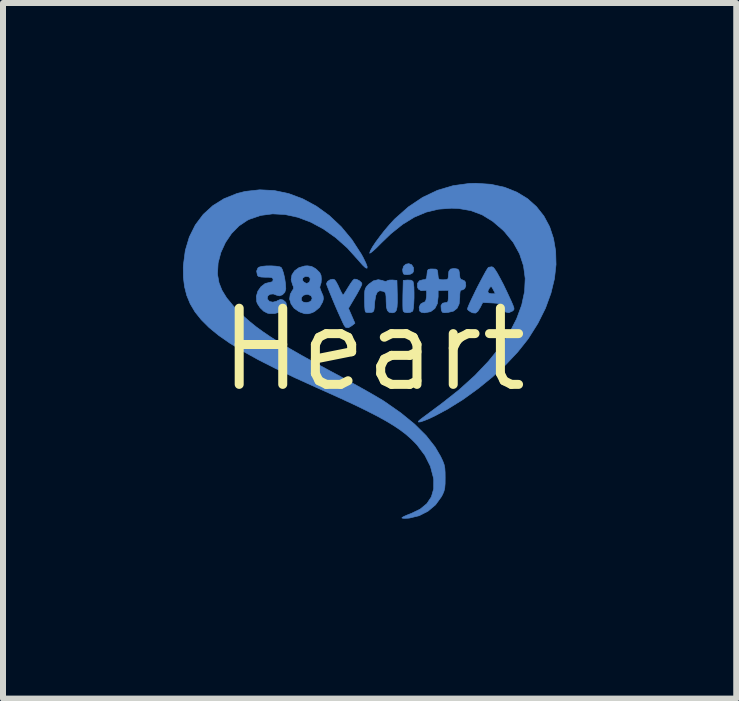
<source format=kicad_pcb>
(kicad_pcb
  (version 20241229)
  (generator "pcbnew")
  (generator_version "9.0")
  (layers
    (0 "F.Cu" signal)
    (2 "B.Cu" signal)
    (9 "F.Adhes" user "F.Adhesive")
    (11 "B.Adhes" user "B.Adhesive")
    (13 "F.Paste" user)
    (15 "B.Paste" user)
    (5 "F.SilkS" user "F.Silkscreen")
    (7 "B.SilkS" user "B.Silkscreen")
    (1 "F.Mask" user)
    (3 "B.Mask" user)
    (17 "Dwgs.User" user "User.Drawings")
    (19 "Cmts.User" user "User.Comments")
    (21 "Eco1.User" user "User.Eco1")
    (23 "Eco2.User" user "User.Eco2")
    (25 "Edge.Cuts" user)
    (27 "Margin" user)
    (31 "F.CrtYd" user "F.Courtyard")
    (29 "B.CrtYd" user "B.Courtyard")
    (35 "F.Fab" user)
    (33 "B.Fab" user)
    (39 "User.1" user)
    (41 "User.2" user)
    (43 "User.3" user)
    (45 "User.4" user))
  (footprint "Heart"
    (layer "F.Cu")
    (at 3.175 2.778)
    (property "Reference" "Heart" (at 0 0 0) (layer "F.SilkS") (effects (font (size 1.27 1.27) (thickness 0.15))))
    (attr through_hole)
    (fp_poly (pts (xy 0.637 -1.415) (xy 0.667 -1.369) (xy 0.669 -1.364) (xy 0.669 -1.31) (xy 0.656 -1.28) (xy 0.618 -1.258) (xy 0.564 -1.249) (xy 0.516 -1.254) (xy 0.501 -1.263) (xy 0.491 -1.293) (xy 0.487 -1.336) (xy 0.503 -1.391) (xy 0.541 -1.424) (xy 0.59 -1.433) (xy 0.637 -1.415)) (stroke (width 0.01) (type solid)) (fill yes) (layer "B.Cu"))
    (fp_poly (pts (xy 0.628 -1.157) (xy 0.659 -1.139) (xy 0.668 -1.103) (xy 0.675 -1.037) (xy 0.677 -0.952) (xy 0.677 -0.86) (xy 0.673 -0.772) (xy 0.667 -0.698) (xy 0.658 -0.65) (xy 0.652 -0.639) (xy 0.612 -0.62) (xy 0.56 -0.615) (xy 0.515 -0.624) (xy 0.496 -0.642) (xy 0.492 -0.673) (xy 0.49 -0.737) (xy 0.49 -0.824) (xy 0.491 -0.911) (xy 0.497 -1.154) (xy 0.569 -1.16) (xy 0.628 -1.157)) (stroke (width 0.01) (type solid)) (fill yes) (layer "B.Cu"))
    (fp_poly (pts (xy -0.281 -1.172) (xy -0.235 -1.149) (xy -0.2 -1.117) (xy -0.191 -1.095) (xy -0.201 -1.067) (xy -0.229 -1.011) (xy -0.269 -0.937) (xy -0.303 -0.879) (xy -0.416 -0.688) (xy -0.362 -0.564) (xy -0.308 -0.44) (xy -0.358 -0.4) (xy -0.416 -0.365) (xy -0.46 -0.369) (xy -0.484 -0.397) (xy -0.511 -0.451) (xy -0.547 -0.53) (xy -0.59 -0.625) (xy -0.635 -0.728) (xy -0.679 -0.833) (xy -0.719 -0.93) (xy -0.752 -1.012) (xy -0.775 -1.071) (xy -0.783 -1.1) (xy -0.783 -1.1) (xy -0.765 -1.136) (xy -0.723 -1.164) (xy -0.675 -1.174) (xy -0.646 -1.164) (xy -0.623 -1.133) (xy -0.592 -1.077) (xy -0.569 -1.026) (xy -0.54 -0.965) (xy -0.517 -0.923) (xy -0.507 -0.911) (xy -0.491 -0.927) (xy -0.462 -0.972) (xy -0.424 -1.034) (xy -0.422 -1.037) (xy -0.381 -1.102) (xy -0.345 -1.152) (xy -0.32 -1.175) (xy -0.281 -1.172)) (stroke (width 0.01) (type solid)) (fill yes) (layer "B.Cu"))
    (fp_poly (pts (xy 0.155 -1.152) (xy 0.169 -1.144) (xy 0.211 -1.137) (xy 0.225 -1.146) (xy 0.263 -1.159) (xy 0.319 -1.161) (xy 0.321 -1.16) (xy 0.392 -1.154) (xy 0.398 -0.913) (xy 0.399 -0.794) (xy 0.394 -0.71) (xy 0.383 -0.657) (xy 0.361 -0.627) (xy 0.329 -0.615) (xy 0.309 -0.614) (xy 0.261 -0.623) (xy 0.232 -0.653) (xy 0.216 -0.712) (xy 0.212 -0.807) (xy 0.212 -0.809) (xy 0.21 -0.887) (xy 0.204 -0.933) (xy 0.19 -0.958) (xy 0.165 -0.972) (xy 0.164 -0.972) (xy 0.107 -0.982) (xy 0.066 -0.96) (xy 0.039 -0.902) (xy 0.023 -0.806) (xy 0.021 -0.781) (xy 0.015 -0.701) (xy 0.008 -0.654) (xy -0.006 -0.63) (xy -0.029 -0.621) (xy -0.054 -0.618) (xy -0.104 -0.618) (xy -0.133 -0.627) (xy -0.14 -0.654) (xy -0.145 -0.712) (xy -0.148 -0.792) (xy -0.148 -0.831) (xy -0.148 -0.922) (xy -0.144 -0.981) (xy -0.133 -1.021) (xy -0.113 -1.053) (xy -0.08 -1.088) (xy -0.076 -1.092) (xy -0.001 -1.146) (xy 0.08 -1.166) (xy 0.155 -1.152)) (stroke (width 0.01) (type solid)) (fill yes) (layer "B.Cu"))
    (fp_poly (pts (xy 1.995 -1.373) (xy 2.02 -1.345) (xy 2.06 -1.284) (xy 2.109 -1.195) (xy 2.167 -1.085) (xy 2.228 -0.958) (xy 2.291 -0.821) (xy 2.298 -0.807) (xy 2.328 -0.736) (xy 2.343 -0.693) (xy 2.342 -0.668) (xy 2.328 -0.651) (xy 2.318 -0.643) (xy 2.256 -0.615) (xy 2.202 -0.627) (xy 2.155 -0.682) (xy 2.148 -0.693) (xy 2.124 -0.736) (xy 2.099 -0.76) (xy 2.062 -0.772) (xy 2 -0.777) (xy 1.964 -0.779) (xy 1.822 -0.785) (xy 1.78 -0.702) (xy 1.74 -0.637) (xy 1.702 -0.609) (xy 1.655 -0.613) (xy 1.624 -0.627) (xy 1.583 -0.654) (xy 1.566 -0.675) (xy 1.566 -0.675) (xy 1.576 -0.707) (xy 1.601 -0.767) (xy 1.639 -0.849) (xy 1.685 -0.944) (xy 1.7 -0.975) (xy 1.907 -0.975) (xy 1.917 -0.943) (xy 1.964 -0.931) (xy 1.969 -0.931) (xy 2.033 -0.931) (xy 1.998 -0.999) (xy 1.974 -1.042) (xy 1.957 -1.051) (xy 1.938 -1.031) (xy 1.934 -1.027) (xy 1.907 -0.975) (xy 1.7 -0.975) (xy 1.735 -1.046) (xy 1.787 -1.145) (xy 1.835 -1.235) (xy 1.875 -1.308) (xy 1.905 -1.356) (xy 1.918 -1.372) (xy 1.973 -1.381) (xy 1.995 -1.373)) (stroke (width 0.01) (type solid)) (fill yes) (layer "B.Cu"))
    (fp_poly (pts (xy -1.624 -1.391) (xy -1.563 -1.381) (xy -1.539 -1.371) (xy -1.519 -1.336) (xy -1.498 -1.272) (xy -1.479 -1.189) (xy -1.466 -1.099) (xy -1.461 -1.015) (xy -1.461 -1.011) (xy -1.477 -0.955) (xy -1.517 -0.914) (xy -1.567 -0.896) (xy -1.61 -0.906) (xy -1.669 -0.928) (xy -1.722 -0.923) (xy -1.759 -0.898) (xy -1.77 -0.856) (xy -1.765 -0.839) (xy -1.732 -0.802) (xy -1.677 -0.791) (xy -1.616 -0.806) (xy -1.601 -0.815) (xy -1.551 -0.837) (xy -1.508 -0.828) (xy -1.507 -0.828) (xy -1.46 -0.788) (xy -1.448 -0.742) (xy -1.467 -0.697) (xy -1.51 -0.655) (xy -1.571 -0.622) (xy -1.646 -0.602) (xy -1.728 -0.601) (xy -1.767 -0.608) (xy -1.829 -0.64) (xy -1.889 -0.698) (xy -1.934 -0.767) (xy -1.946 -0.8) (xy -1.952 -0.889) (xy -1.926 -0.975) (xy -1.874 -1.049) (xy -1.805 -1.102) (xy -1.724 -1.122) (xy -1.722 -1.122) (xy -1.682 -1.133) (xy -1.672 -1.164) (xy -1.677 -1.188) (xy -1.698 -1.201) (xy -1.744 -1.206) (xy -1.797 -1.206) (xy -1.873 -1.21) (xy -1.917 -1.221) (xy -1.934 -1.24) (xy -1.947 -1.309) (xy -1.926 -1.36) (xy -1.906 -1.375) (xy -1.859 -1.388) (xy -1.786 -1.395) (xy -1.703 -1.396) (xy -1.624 -1.391)) (stroke (width 0.01) (type solid)) (fill yes) (layer "B.Cu"))
    (fp_poly (pts (xy -1.031 -1.387) (xy -0.968 -1.352) (xy -0.943 -1.331) (xy -0.894 -1.282) (xy -0.873 -1.236) (xy -0.868 -1.177) (xy -0.872 -1.116) (xy -0.884 -1.074) (xy -0.889 -1.067) (xy -0.894 -1.033) (xy -0.871 -0.969) (xy -0.866 -0.958) (xy -0.839 -0.895) (xy -0.834 -0.847) (xy -0.845 -0.798) (xy -0.898 -0.704) (xy -0.981 -0.635) (xy -1.023 -0.615) (xy -1.086 -0.597) (xy -1.143 -0.598) (xy -1.21 -0.62) (xy -1.242 -0.634) (xy -1.321 -0.688) (xy -1.373 -0.76) (xy -1.397 -0.842) (xy -1.394 -0.868) (xy -1.201 -0.868) (xy -1.2 -0.818) (xy -1.2 -0.818) (xy -1.17 -0.792) (xy -1.12 -0.784) (xy -1.068 -0.794) (xy -1.036 -0.817) (xy -1.021 -0.859) (xy -1.04 -0.897) (xy -1.087 -0.919) (xy -1.111 -0.921) (xy -1.168 -0.906) (xy -1.201 -0.868) (xy -1.394 -0.868) (xy -1.387 -0.922) (xy -1.358 -0.975) (xy -1.332 -1.016) (xy -1.335 -1.053) (xy -1.347 -1.078) (xy -1.372 -1.164) (xy -1.367 -1.191) (xy -1.18 -1.191) (xy -1.179 -1.151) (xy -1.16 -1.126) (xy -1.115 -1.102) (xy -1.075 -1.119) (xy -1.06 -1.141) (xy -1.054 -1.184) (xy -1.079 -1.214) (xy -1.126 -1.221) (xy -1.142 -1.217) (xy -1.18 -1.191) (xy -1.367 -1.191) (xy -1.359 -1.245) (xy -1.314 -1.314) (xy -1.242 -1.366) (xy -1.147 -1.394) (xy -1.102 -1.397) (xy -1.031 -1.387)) (stroke (width 0.01) (type solid)) (fill yes) (layer "B.Cu"))
    (fp_poly (pts (xy 1.959 -2.756) (xy 2.187 -2.706) (xy 2.39 -2.625) (xy 2.568 -2.517) (xy 2.718 -2.383) (xy 2.842 -2.226) (xy 2.937 -2.049) (xy 3.002 -1.853) (xy 3.038 -1.642) (xy 3.044 -1.418) (xy 3.018 -1.183) (xy 2.959 -0.94) (xy 2.868 -0.69) (xy 2.742 -0.438) (xy 2.582 -0.184) (xy 2.567 -0.164) (xy 2.405 0.04) (xy 2.209 0.248) (xy 1.987 0.453) (xy 1.746 0.649) (xy 1.494 0.831) (xy 1.239 0.99) (xy 1.028 1.103) (xy 0.928 1.151) (xy 0.845 1.184) (xy 0.786 1.204) (xy 0.752 1.208) (xy 0.749 1.195) (xy 0.78 1.166) (xy 0.783 1.164) (xy 0.817 1.138) (xy 0.879 1.092) (xy 0.961 1.031) (xy 1.056 0.96) (xy 1.133 0.903) (xy 1.428 0.67) (xy 1.69 0.433) (xy 1.917 0.195) (xy 2.11 -0.043) (xy 2.267 -0.28) (xy 2.387 -0.514) (xy 2.472 -0.745) (xy 2.52 -0.969) (xy 2.53 -1.187) (xy 2.502 -1.397) (xy 2.436 -1.597) (xy 2.331 -1.787) (xy 2.187 -1.963) (xy 2.161 -1.99) (xy 1.989 -2.138) (xy 1.812 -2.247) (xy 1.625 -2.317) (xy 1.423 -2.352) (xy 1.302 -2.357) (xy 1.086 -2.341) (xy 0.881 -2.292) (xy 0.682 -2.208) (xy 0.486 -2.088) (xy 0.289 -1.93) (xy 0.122 -1.769) (xy 0.053 -1.699) (xy -0.005 -1.646) (xy -0.045 -1.614) (xy -0.063 -1.607) (xy -0.063 -1.609) (xy -0.05 -1.649) (xy -0.014 -1.714) (xy 0.041 -1.796) (xy 0.11 -1.889) (xy 0.186 -1.987) (xy 0.266 -2.081) (xy 0.344 -2.166) (xy 0.359 -2.181) (xy 0.584 -2.38) (xy 0.82 -2.538) (xy 1.068 -2.656) (xy 1.328 -2.733) (xy 1.598 -2.77) (xy 1.707 -2.773) (xy 1.959 -2.756)) (stroke (width 0.01) (type solid)) (fill yes) (layer "B.Cu"))
    (fp_poly (pts (xy 1.357 -1.351) (xy 1.402 -1.343) (xy 1.424 -1.324) (xy 1.433 -1.28) (xy 1.435 -1.254) (xy 1.443 -1.195) (xy 1.46 -1.169) (xy 1.481 -1.164) (xy 1.519 -1.146) (xy 1.535 -1.122) (xy 1.54 -1.063) (xy 1.521 -1.016) (xy 1.484 -0.995) (xy 1.48 -0.995) (xy 1.457 -0.99) (xy 1.445 -0.968) (xy 1.44 -0.92) (xy 1.439 -0.869) (xy 1.429 -0.762) (xy 1.394 -0.688) (xy 1.333 -0.641) (xy 1.244 -0.62) (xy 1.183 -0.615) (xy 1.152 -0.621) (xy 1.137 -0.644) (xy 1.131 -0.664) (xy 1.126 -0.733) (xy 1.151 -0.773) (xy 1.195 -0.783) (xy 1.227 -0.787) (xy 1.243 -0.804) (xy 1.248 -0.847) (xy 1.249 -0.886) (xy 1.249 -0.989) (xy 1.164 -0.987) (xy 1.079 -0.985) (xy 1.079 -0.883) (xy 1.066 -0.768) (xy 1.024 -0.685) (xy 0.954 -0.633) (xy 0.857 -0.614) (xy 0.845 -0.614) (xy 0.796 -0.623) (xy 0.77 -0.644) (xy 0.762 -0.707) (xy 0.785 -0.758) (xy 0.826 -0.783) (xy 0.858 -0.796) (xy 0.875 -0.824) (xy 0.884 -0.878) (xy 0.885 -0.898) (xy 0.887 -0.959) (xy 0.881 -0.986) (xy 0.864 -0.989) (xy 0.856 -0.987) (xy 0.796 -0.982) (xy 0.75 -1.009) (xy 0.734 -1.041) (xy 0.734 -1.105) (xy 0.768 -1.149) (xy 0.825 -1.164) (xy 0.864 -1.168) (xy 0.883 -1.187) (xy 0.891 -1.232) (xy 0.893 -1.254) (xy 0.899 -1.31) (xy 0.914 -1.336) (xy 0.95 -1.344) (xy 0.984 -1.344) (xy 1.037 -1.342) (xy 1.063 -1.328) (xy 1.072 -1.29) (xy 1.075 -1.254) (xy 1.081 -1.198) (xy 1.096 -1.172) (xy 1.132 -1.165) (xy 1.165 -1.164) (xy 1.219 -1.167) (xy 1.243 -1.181) (xy 1.249 -1.217) (xy 1.249 -1.233) (xy 1.257 -1.304) (xy 1.284 -1.342) (xy 1.336 -1.352) (xy 1.357 -1.351)) (stroke (width 0.01) (type solid)) (fill yes) (layer "B.Cu"))
    (fp_poly (pts (xy -1.653 -2.652) (xy -1.412 -2.601) (xy -1.177 -2.513) (xy -0.951 -2.391) (xy -0.737 -2.236) (xy -0.539 -2.05) (xy -0.36 -1.835) (xy -0.203 -1.593) (xy -0.172 -1.537) (xy -0.126 -1.442) (xy -0.104 -1.382) (xy -0.107 -1.356) (xy -0.133 -1.365) (xy -0.181 -1.41) (xy -0.251 -1.49) (xy -0.435 -1.694) (xy -0.631 -1.868) (xy -0.837 -2.013) (xy -1.048 -2.126) (xy -1.261 -2.206) (xy -1.473 -2.252) (xy -1.68 -2.263) (xy -1.879 -2.237) (xy -2.066 -2.173) (xy -2.1 -2.157) (xy -2.241 -2.062) (xy -2.365 -1.936) (xy -2.467 -1.785) (xy -2.543 -1.619) (xy -2.589 -1.445) (xy -2.599 -1.272) (xy -2.597 -1.242) (xy -2.574 -1.114) (xy -2.525 -0.99) (xy -2.448 -0.864) (xy -2.338 -0.731) (xy -2.246 -0.635) (xy -2.154 -0.547) (xy -2.059 -0.464) (xy -1.956 -0.381) (xy -1.842 -0.298) (xy -1.714 -0.211) (xy -1.567 -0.118) (xy -1.397 -0.018) (xy -1.202 0.094) (xy -0.977 0.218) (xy -0.718 0.358) (xy -0.648 0.395) (xy -0.488 0.482) (xy -0.33 0.569) (xy -0.18 0.652) (xy -0.044 0.729) (xy 0.069 0.795) (xy 0.155 0.846) (xy 0.18 0.862) (xy 0.455 1.054) (xy 0.688 1.244) (xy 0.879 1.434) (xy 1.027 1.622) (xy 1.118 1.777) (xy 1.155 1.854) (xy 1.178 1.915) (xy 1.19 1.974) (xy 1.195 2.047) (xy 1.196 2.137) (xy 1.195 2.235) (xy 1.189 2.305) (xy 1.177 2.358) (xy 1.156 2.409) (xy 1.134 2.451) (xy 1.036 2.587) (xy 0.909 2.694) (xy 0.762 2.769) (xy 0.601 2.808) (xy 0.583 2.81) (xy 0.511 2.813) (xy 0.476 2.808) (xy 0.476 2.8) (xy 0.506 2.782) (xy 0.563 2.757) (xy 0.63 2.731) (xy 0.778 2.66) (xy 0.891 2.567) (xy 0.966 2.454) (xy 1.004 2.321) (xy 1.005 2.169) (xy 1 2.136) (xy 0.95 1.946) (xy 0.858 1.763) (xy 0.728 1.59) (xy 0.704 1.564) (xy 0.627 1.487) (xy 0.543 1.413) (xy 0.447 1.34) (xy 0.337 1.266) (xy 0.209 1.189) (xy 0.06 1.107) (xy -0.114 1.018) (xy -0.315 0.92) (xy -0.548 0.812) (xy -0.816 0.691) (xy -0.942 0.635) (xy -1.306 0.47) (xy -1.631 0.315) (xy -1.919 0.169) (xy -2.172 0.029) (xy -2.392 -0.106) (xy -2.58 -0.237) (xy -2.739 -0.367) (xy -2.869 -0.497) (xy -2.974 -0.628) (xy -3.054 -0.763) (xy -3.112 -0.903) (xy -3.149 -1.05) (xy -3.168 -1.205) (xy -3.17 -1.37) (xy -3.168 -1.408) (xy -3.136 -1.653) (xy -3.069 -1.877) (xy -2.969 -2.078) (xy -2.838 -2.253) (xy -2.677 -2.4) (xy -2.489 -2.517) (xy -2.274 -2.603) (xy -2.139 -2.637) (xy -1.896 -2.664) (xy -1.653 -2.652)) (stroke (width 0.01) (type solid)) (fill yes) (layer "B.Cu"))
    (fp_poly (pts (xy 0.637 -1.415) (xy 0.667 -1.369) (xy 0.669 -1.364) (xy 0.669 -1.31) (xy 0.656 -1.28) (xy 0.618 -1.258) (xy 0.564 -1.249) (xy 0.516 -1.254) (xy 0.501 -1.263) (xy 0.491 -1.293) (xy 0.487 -1.336) (xy 0.503 -1.391) (xy 0.541 -1.424) (xy 0.59 -1.433) (xy 0.637 -1.415)) (stroke (width 0.01) (type solid)) (fill yes) (layer "B.Mask"))
    (fp_poly (pts (xy 0.628 -1.157) (xy 0.659 -1.139) (xy 0.668 -1.103) (xy 0.675 -1.037) (xy 0.677 -0.952) (xy 0.677 -0.86) (xy 0.673 -0.772) (xy 0.667 -0.698) (xy 0.658 -0.65) (xy 0.652 -0.639) (xy 0.612 -0.62) (xy 0.56 -0.615) (xy 0.515 -0.624) (xy 0.496 -0.642) (xy 0.492 -0.673) (xy 0.49 -0.737) (xy 0.49 -0.824) (xy 0.491 -0.911) (xy 0.497 -1.154) (xy 0.569 -1.16) (xy 0.628 -1.157)) (stroke (width 0.01) (type solid)) (fill yes) (layer "B.Mask"))
    (fp_poly (pts (xy -0.281 -1.172) (xy -0.235 -1.149) (xy -0.2 -1.117) (xy -0.191 -1.095) (xy -0.201 -1.067) (xy -0.229 -1.011) (xy -0.269 -0.937) (xy -0.303 -0.879) (xy -0.416 -0.688) (xy -0.362 -0.564) (xy -0.308 -0.44) (xy -0.358 -0.4) (xy -0.416 -0.365) (xy -0.46 -0.369) (xy -0.484 -0.397) (xy -0.511 -0.451) (xy -0.547 -0.53) (xy -0.59 -0.625) (xy -0.635 -0.728) (xy -0.679 -0.833) (xy -0.719 -0.93) (xy -0.752 -1.012) (xy -0.775 -1.071) (xy -0.783 -1.1) (xy -0.783 -1.1) (xy -0.765 -1.136) (xy -0.723 -1.164) (xy -0.675 -1.174) (xy -0.646 -1.164) (xy -0.623 -1.133) (xy -0.592 -1.077) (xy -0.569 -1.026) (xy -0.54 -0.965) (xy -0.517 -0.923) (xy -0.507 -0.911) (xy -0.491 -0.927) (xy -0.462 -0.972) (xy -0.424 -1.034) (xy -0.422 -1.037) (xy -0.381 -1.102) (xy -0.345 -1.152) (xy -0.32 -1.175) (xy -0.281 -1.172)) (stroke (width 0.01) (type solid)) (fill yes) (layer "B.Mask"))
    (fp_poly (pts (xy 0.155 -1.152) (xy 0.169 -1.144) (xy 0.211 -1.137) (xy 0.225 -1.146) (xy 0.263 -1.159) (xy 0.319 -1.161) (xy 0.321 -1.16) (xy 0.392 -1.154) (xy 0.398 -0.913) (xy 0.399 -0.794) (xy 0.394 -0.71) (xy 0.383 -0.657) (xy 0.361 -0.627) (xy 0.329 -0.615) (xy 0.309 -0.614) (xy 0.261 -0.623) (xy 0.232 -0.653) (xy 0.216 -0.712) (xy 0.212 -0.807) (xy 0.212 -0.809) (xy 0.21 -0.887) (xy 0.204 -0.933) (xy 0.19 -0.958) (xy 0.165 -0.972) (xy 0.164 -0.972) (xy 0.107 -0.982) (xy 0.066 -0.96) (xy 0.039 -0.902) (xy 0.023 -0.806) (xy 0.021 -0.781) (xy 0.015 -0.701) (xy 0.008 -0.654) (xy -0.006 -0.63) (xy -0.029 -0.621) (xy -0.054 -0.618) (xy -0.104 -0.618) (xy -0.133 -0.627) (xy -0.14 -0.654) (xy -0.145 -0.712) (xy -0.148 -0.792) (xy -0.148 -0.831) (xy -0.148 -0.922) (xy -0.144 -0.981) (xy -0.133 -1.021) (xy -0.113 -1.053) (xy -0.08 -1.088) (xy -0.076 -1.092) (xy -0.001 -1.146) (xy 0.08 -1.166) (xy 0.155 -1.152)) (stroke (width 0.01) (type solid)) (fill yes) (layer "B.Mask"))
    (fp_poly (pts (xy 1.995 -1.373) (xy 2.02 -1.345) (xy 2.06 -1.284) (xy 2.109 -1.195) (xy 2.167 -1.085) (xy 2.228 -0.958) (xy 2.291 -0.821) (xy 2.298 -0.807) (xy 2.328 -0.736) (xy 2.343 -0.693) (xy 2.342 -0.668) (xy 2.328 -0.651) (xy 2.318 -0.643) (xy 2.256 -0.615) (xy 2.202 -0.627) (xy 2.155 -0.682) (xy 2.148 -0.693) (xy 2.124 -0.736) (xy 2.099 -0.76) (xy 2.062 -0.772) (xy 2 -0.777) (xy 1.964 -0.779) (xy 1.822 -0.785) (xy 1.78 -0.702) (xy 1.74 -0.637) (xy 1.702 -0.609) (xy 1.655 -0.613) (xy 1.624 -0.627) (xy 1.583 -0.654) (xy 1.566 -0.675) (xy 1.566 -0.675) (xy 1.576 -0.707) (xy 1.601 -0.767) (xy 1.639 -0.849) (xy 1.685 -0.944) (xy 1.7 -0.975) (xy 1.907 -0.975) (xy 1.917 -0.943) (xy 1.964 -0.931) (xy 1.969 -0.931) (xy 2.033 -0.931) (xy 1.998 -0.999) (xy 1.974 -1.042) (xy 1.957 -1.051) (xy 1.938 -1.031) (xy 1.934 -1.027) (xy 1.907 -0.975) (xy 1.7 -0.975) (xy 1.735 -1.046) (xy 1.787 -1.145) (xy 1.835 -1.235) (xy 1.875 -1.308) (xy 1.905 -1.356) (xy 1.918 -1.372) (xy 1.973 -1.381) (xy 1.995 -1.373)) (stroke (width 0.01) (type solid)) (fill yes) (layer "B.Mask"))
    (fp_poly (pts (xy -1.624 -1.391) (xy -1.563 -1.381) (xy -1.539 -1.371) (xy -1.519 -1.336) (xy -1.498 -1.272) (xy -1.479 -1.189) (xy -1.466 -1.099) (xy -1.461 -1.015) (xy -1.461 -1.011) (xy -1.477 -0.955) (xy -1.517 -0.914) (xy -1.567 -0.896) (xy -1.61 -0.906) (xy -1.669 -0.928) (xy -1.722 -0.923) (xy -1.759 -0.898) (xy -1.77 -0.856) (xy -1.765 -0.839) (xy -1.732 -0.802) (xy -1.677 -0.791) (xy -1.616 -0.806) (xy -1.601 -0.815) (xy -1.551 -0.837) (xy -1.508 -0.828) (xy -1.507 -0.828) (xy -1.46 -0.788) (xy -1.448 -0.742) (xy -1.467 -0.697) (xy -1.51 -0.655) (xy -1.571 -0.622) (xy -1.646 -0.602) (xy -1.728 -0.601) (xy -1.767 -0.608) (xy -1.829 -0.64) (xy -1.889 -0.698) (xy -1.934 -0.767) (xy -1.946 -0.8) (xy -1.952 -0.889) (xy -1.926 -0.975) (xy -1.874 -1.049) (xy -1.805 -1.102) (xy -1.724 -1.122) (xy -1.722 -1.122) (xy -1.682 -1.133) (xy -1.672 -1.164) (xy -1.677 -1.188) (xy -1.698 -1.201) (xy -1.744 -1.206) (xy -1.797 -1.206) (xy -1.873 -1.21) (xy -1.917 -1.221) (xy -1.934 -1.24) (xy -1.947 -1.309) (xy -1.926 -1.36) (xy -1.906 -1.375) (xy -1.859 -1.388) (xy -1.786 -1.395) (xy -1.703 -1.396) (xy -1.624 -1.391)) (stroke (width 0.01) (type solid)) (fill yes) (layer "B.Mask"))
    (fp_poly (pts (xy -1.031 -1.387) (xy -0.968 -1.352) (xy -0.943 -1.331) (xy -0.894 -1.282) (xy -0.873 -1.236) (xy -0.868 -1.177) (xy -0.872 -1.116) (xy -0.884 -1.074) (xy -0.889 -1.067) (xy -0.894 -1.033) (xy -0.871 -0.969) (xy -0.866 -0.958) (xy -0.839 -0.895) (xy -0.834 -0.847) (xy -0.845 -0.798) (xy -0.898 -0.704) (xy -0.981 -0.635) (xy -1.023 -0.615) (xy -1.086 -0.597) (xy -1.143 -0.598) (xy -1.21 -0.62) (xy -1.242 -0.634) (xy -1.321 -0.688) (xy -1.373 -0.76) (xy -1.397 -0.842) (xy -1.394 -0.868) (xy -1.201 -0.868) (xy -1.2 -0.818) (xy -1.2 -0.818) (xy -1.17 -0.792) (xy -1.12 -0.784) (xy -1.068 -0.794) (xy -1.036 -0.817) (xy -1.021 -0.859) (xy -1.04 -0.897) (xy -1.087 -0.919) (xy -1.111 -0.921) (xy -1.168 -0.906) (xy -1.201 -0.868) (xy -1.394 -0.868) (xy -1.387 -0.922) (xy -1.358 -0.975) (xy -1.332 -1.016) (xy -1.335 -1.053) (xy -1.347 -1.078) (xy -1.372 -1.164) (xy -1.367 -1.191) (xy -1.18 -1.191) (xy -1.179 -1.151) (xy -1.16 -1.126) (xy -1.115 -1.102) (xy -1.075 -1.119) (xy -1.06 -1.141) (xy -1.054 -1.184) (xy -1.079 -1.214) (xy -1.126 -1.221) (xy -1.142 -1.217) (xy -1.18 -1.191) (xy -1.367 -1.191) (xy -1.359 -1.245) (xy -1.314 -1.314) (xy -1.242 -1.366) (xy -1.147 -1.394) (xy -1.102 -1.397) (xy -1.031 -1.387)) (stroke (width 0.01) (type solid)) (fill yes) (layer "B.Mask"))
    (fp_poly (pts (xy 1.959 -2.756) (xy 2.187 -2.706) (xy 2.39 -2.625) (xy 2.568 -2.517) (xy 2.718 -2.383) (xy 2.842 -2.226) (xy 2.937 -2.049) (xy 3.002 -1.853) (xy 3.038 -1.642) (xy 3.044 -1.418) (xy 3.018 -1.183) (xy 2.959 -0.94) (xy 2.868 -0.69) (xy 2.742 -0.438) (xy 2.582 -0.184) (xy 2.567 -0.164) (xy 2.405 0.04) (xy 2.209 0.248) (xy 1.987 0.453) (xy 1.746 0.649) (xy 1.494 0.831) (xy 1.239 0.99) (xy 1.028 1.103) (xy 0.928 1.151) (xy 0.845 1.184) (xy 0.786 1.204) (xy 0.752 1.208) (xy 0.749 1.195) (xy 0.78 1.166) (xy 0.783 1.164) (xy 0.817 1.138) (xy 0.879 1.092) (xy 0.961 1.031) (xy 1.056 0.96) (xy 1.133 0.903) (xy 1.428 0.67) (xy 1.69 0.433) (xy 1.917 0.195) (xy 2.11 -0.043) (xy 2.267 -0.28) (xy 2.387 -0.514) (xy 2.472 -0.745) (xy 2.52 -0.969) (xy 2.53 -1.187) (xy 2.502 -1.397) (xy 2.436 -1.597) (xy 2.331 -1.787) (xy 2.187 -1.963) (xy 2.161 -1.99) (xy 1.989 -2.138) (xy 1.812 -2.247) (xy 1.625 -2.317) (xy 1.423 -2.352) (xy 1.302 -2.357) (xy 1.086 -2.341) (xy 0.881 -2.292) (xy 0.682 -2.208) (xy 0.486 -2.088) (xy 0.289 -1.93) (xy 0.122 -1.769) (xy 0.053 -1.699) (xy -0.005 -1.646) (xy -0.045 -1.614) (xy -0.063 -1.607) (xy -0.063 -1.609) (xy -0.05 -1.649) (xy -0.014 -1.714) (xy 0.041 -1.796) (xy 0.11 -1.889) (xy 0.186 -1.987) (xy 0.266 -2.081) (xy 0.344 -2.166) (xy 0.359 -2.181) (xy 0.584 -2.38) (xy 0.82 -2.538) (xy 1.068 -2.656) (xy 1.328 -2.733) (xy 1.598 -2.77) (xy 1.707 -2.773) (xy 1.959 -2.756)) (stroke (width 0.01) (type solid)) (fill yes) (layer "B.Mask"))
    (fp_poly (pts (xy 1.357 -1.351) (xy 1.402 -1.343) (xy 1.424 -1.324) (xy 1.433 -1.28) (xy 1.435 -1.254) (xy 1.443 -1.195) (xy 1.46 -1.169) (xy 1.481 -1.164) (xy 1.519 -1.146) (xy 1.535 -1.122) (xy 1.54 -1.063) (xy 1.521 -1.016) (xy 1.484 -0.995) (xy 1.48 -0.995) (xy 1.457 -0.99) (xy 1.445 -0.968) (xy 1.44 -0.92) (xy 1.439 -0.869) (xy 1.429 -0.762) (xy 1.394 -0.688) (xy 1.333 -0.641) (xy 1.244 -0.62) (xy 1.183 -0.615) (xy 1.152 -0.621) (xy 1.137 -0.644) (xy 1.131 -0.664) (xy 1.126 -0.733) (xy 1.151 -0.773) (xy 1.195 -0.783) (xy 1.227 -0.787) (xy 1.243 -0.804) (xy 1.248 -0.847) (xy 1.249 -0.886) (xy 1.249 -0.989) (xy 1.164 -0.987) (xy 1.079 -0.985) (xy 1.079 -0.883) (xy 1.066 -0.768) (xy 1.024 -0.685) (xy 0.954 -0.633) (xy 0.857 -0.614) (xy 0.845 -0.614) (xy 0.796 -0.623) (xy 0.77 -0.644) (xy 0.762 -0.707) (xy 0.785 -0.758) (xy 0.826 -0.783) (xy 0.858 -0.796) (xy 0.875 -0.824) (xy 0.884 -0.878) (xy 0.885 -0.898) (xy 0.887 -0.959) (xy 0.881 -0.986) (xy 0.864 -0.989) (xy 0.856 -0.987) (xy 0.796 -0.982) (xy 0.75 -1.009) (xy 0.734 -1.041) (xy 0.734 -1.105) (xy 0.768 -1.149) (xy 0.825 -1.164) (xy 0.864 -1.168) (xy 0.883 -1.187) (xy 0.891 -1.232) (xy 0.893 -1.254) (xy 0.899 -1.31) (xy 0.914 -1.336) (xy 0.95 -1.344) (xy 0.984 -1.344) (xy 1.037 -1.342) (xy 1.063 -1.328) (xy 1.072 -1.29) (xy 1.075 -1.254) (xy 1.081 -1.198) (xy 1.096 -1.172) (xy 1.132 -1.165) (xy 1.165 -1.164) (xy 1.219 -1.167) (xy 1.243 -1.181) (xy 1.249 -1.217) (xy 1.249 -1.233) (xy 1.257 -1.304) (xy 1.284 -1.342) (xy 1.336 -1.352) (xy 1.357 -1.351)) (stroke (width 0.01) (type solid)) (fill yes) (layer "B.Mask"))
    (fp_poly (pts (xy -1.653 -2.652) (xy -1.412 -2.601) (xy -1.177 -2.513) (xy -0.951 -2.391) (xy -0.737 -2.236) (xy -0.539 -2.05) (xy -0.36 -1.835) (xy -0.203 -1.593) (xy -0.172 -1.537) (xy -0.126 -1.442) (xy -0.104 -1.382) (xy -0.107 -1.356) (xy -0.133 -1.365) (xy -0.181 -1.41) (xy -0.251 -1.49) (xy -0.435 -1.694) (xy -0.631 -1.868) (xy -0.837 -2.013) (xy -1.048 -2.126) (xy -1.261 -2.206) (xy -1.473 -2.252) (xy -1.68 -2.263) (xy -1.879 -2.237) (xy -2.066 -2.173) (xy -2.1 -2.157) (xy -2.241 -2.062) (xy -2.365 -1.936) (xy -2.467 -1.785) (xy -2.543 -1.619) (xy -2.589 -1.445) (xy -2.599 -1.272) (xy -2.597 -1.242) (xy -2.574 -1.114) (xy -2.525 -0.99) (xy -2.448 -0.864) (xy -2.338 -0.731) (xy -2.246 -0.635) (xy -2.154 -0.547) (xy -2.059 -0.464) (xy -1.956 -0.381) (xy -1.842 -0.298) (xy -1.714 -0.211) (xy -1.567 -0.118) (xy -1.397 -0.018) (xy -1.202 0.094) (xy -0.977 0.218) (xy -0.718 0.358) (xy -0.648 0.395) (xy -0.488 0.482) (xy -0.33 0.569) (xy -0.18 0.652) (xy -0.044 0.729) (xy 0.069 0.795) (xy 0.155 0.846) (xy 0.18 0.862) (xy 0.455 1.054) (xy 0.688 1.244) (xy 0.879 1.434) (xy 1.027 1.622) (xy 1.118 1.777) (xy 1.155 1.854) (xy 1.178 1.915) (xy 1.19 1.974) (xy 1.195 2.047) (xy 1.196 2.137) (xy 1.195 2.235) (xy 1.189 2.305) (xy 1.177 2.358) (xy 1.156 2.409) (xy 1.134 2.451) (xy 1.036 2.587) (xy 0.909 2.694) (xy 0.762 2.769) (xy 0.601 2.808) (xy 0.583 2.81) (xy 0.511 2.813) (xy 0.476 2.808) (xy 0.476 2.8) (xy 0.506 2.782) (xy 0.563 2.757) (xy 0.63 2.731) (xy 0.778 2.66) (xy 0.891 2.567) (xy 0.966 2.454) (xy 1.004 2.321) (xy 1.005 2.169) (xy 1 2.136) (xy 0.95 1.946) (xy 0.858 1.763) (xy 0.728 1.59) (xy 0.704 1.564) (xy 0.627 1.487) (xy 0.543 1.413) (xy 0.447 1.34) (xy 0.337 1.266) (xy 0.209 1.189) (xy 0.06 1.107) (xy -0.114 1.018) (xy -0.315 0.92) (xy -0.548 0.812) (xy -0.816 0.691) (xy -0.942 0.635) (xy -1.306 0.47) (xy -1.631 0.315) (xy -1.919 0.169) (xy -2.172 0.029) (xy -2.392 -0.106) (xy -2.58 -0.237) (xy -2.739 -0.367) (xy -2.869 -0.497) (xy -2.974 -0.628) (xy -3.054 -0.763) (xy -3.112 -0.903) (xy -3.149 -1.05) (xy -3.168 -1.205) (xy -3.17 -1.37) (xy -3.168 -1.408) (xy -3.136 -1.653) (xy -3.069 -1.877) (xy -2.969 -2.078) (xy -2.838 -2.253) (xy -2.677 -2.4) (xy -2.489 -2.517) (xy -2.274 -2.603) (xy -2.139 -2.637) (xy -1.896 -2.664) (xy -1.653 -2.652)) (stroke (width 0.01) (type solid)) (fill yes) (layer "B.Mask")))
  (gr_rect
    (start -3 -3)
    (end 9.223 8.596)
    (stroke (width 0.1) (type default))
    (fill no)
    (layer "Edge.Cuts")))
</source>
